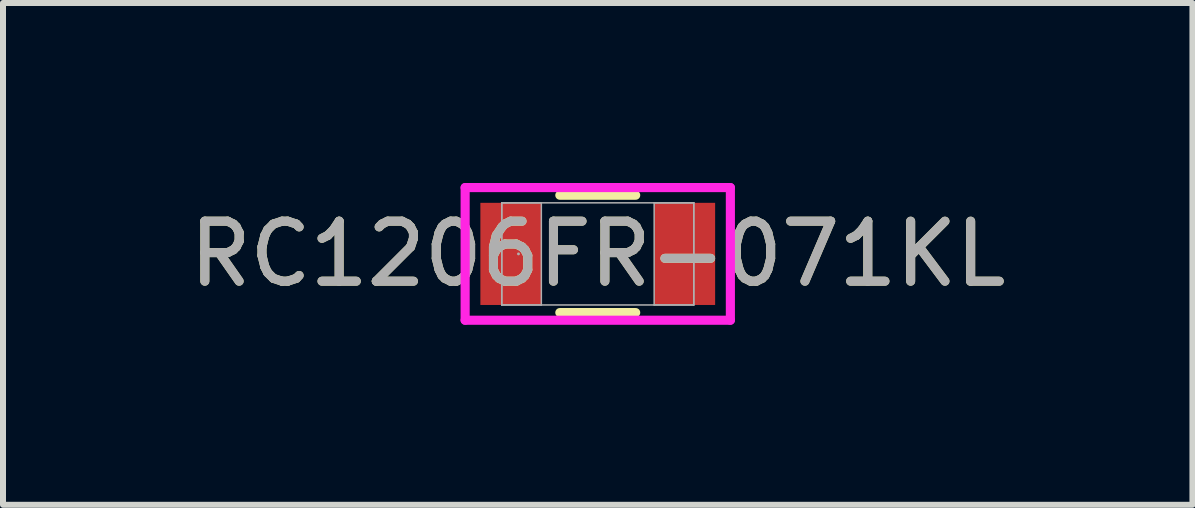
<source format=kicad_pcb>
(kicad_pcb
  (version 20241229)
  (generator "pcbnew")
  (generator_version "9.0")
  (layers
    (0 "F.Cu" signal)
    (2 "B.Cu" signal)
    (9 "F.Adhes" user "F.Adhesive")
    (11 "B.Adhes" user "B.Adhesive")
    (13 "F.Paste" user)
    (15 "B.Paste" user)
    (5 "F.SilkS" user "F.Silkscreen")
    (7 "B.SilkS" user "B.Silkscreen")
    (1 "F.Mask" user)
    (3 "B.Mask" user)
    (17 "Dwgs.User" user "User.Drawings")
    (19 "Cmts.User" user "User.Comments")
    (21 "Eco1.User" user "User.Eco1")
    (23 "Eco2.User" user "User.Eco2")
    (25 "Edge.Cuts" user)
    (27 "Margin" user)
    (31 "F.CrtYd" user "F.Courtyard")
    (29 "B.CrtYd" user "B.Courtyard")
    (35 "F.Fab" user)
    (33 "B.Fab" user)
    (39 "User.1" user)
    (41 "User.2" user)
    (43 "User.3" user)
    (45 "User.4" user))
  (footprint "RC1206FR-071KL"
    (layer "F.Cu")
    (at 6.911 1.181)
    (property "Reference" "RC1206FR-071KL" (at 0 0 0) (unlocked yes) (layer "F.SilkS") (effects (font (size 1 1) (thickness 0.15))))
    (attr smd)
    (fp_line (start -0.632 0.978) (end 0.632 0.978) (stroke (width 0.152) (type solid)) (layer "F.SilkS"))
    (fp_line (start 0.632 -0.978) (end -0.632 -0.978) (stroke (width 0.152) (type solid)) (layer "F.SilkS"))
    (fp_line (start -2.21 -1.105) (end 2.21 -1.105) (stroke (width 0.152) (type solid)) (layer "F.CrtYd"))
    (fp_line (start -2.21 1.105) (end -2.21 -1.105) (stroke (width 0.152) (type solid)) (layer "F.CrtYd"))
    (fp_line (start 2.21 -1.105) (end 2.21 1.105) (stroke (width 0.152) (type solid)) (layer "F.CrtYd"))
    (fp_line (start 2.21 1.105) (end -2.21 1.105) (stroke (width 0.152) (type solid)) (layer "F.CrtYd"))
    (fp_line (start -1.6 -0.851) (end -1.6 0.851) (stroke (width 0.025) (type solid)) (layer "F.Fab"))
    (fp_line (start -1.6 -0.851) (end -1.6 0.851) (stroke (width 0.025) (type solid)) (layer "F.Fab"))
    (fp_line (start -1.6 0.851) (end -0.94 0.851) (stroke (width 0.025) (type solid)) (layer "F.Fab"))
    (fp_line (start -1.6 0.851) (end 1.6 0.851) (stroke (width 0.025) (type solid)) (layer "F.Fab"))
    (fp_line (start -0.94 -0.851) (end -1.6 -0.851) (stroke (width 0.025) (type solid)) (layer "F.Fab"))
    (fp_line (start -0.94 0.851) (end -0.94 -0.851) (stroke (width 0.025) (type solid)) (layer "F.Fab"))
    (fp_line (start 0.94 -0.851) (end 0.94 0.851) (stroke (width 0.025) (type solid)) (layer "F.Fab"))
    (fp_line (start 0.94 0.851) (end 1.6 0.851) (stroke (width 0.025) (type solid)) (layer "F.Fab"))
    (fp_line (start 1.6 -0.851) (end -1.6 -0.851) (stroke (width 0.025) (type solid)) (layer "F.Fab"))
    (fp_line (start 1.6 -0.851) (end 0.94 -0.851) (stroke (width 0.025) (type solid)) (layer "F.Fab"))
    (fp_line (start 1.6 0.851) (end 1.6 -0.851) (stroke (width 0.025) (type solid)) (layer "F.Fab"))
    (fp_line (start 1.6 0.851) (end 1.6 -0.851) (stroke (width 0.025) (type solid)) (layer "F.Fab"))
    (fp_circle (center -1.321 0) (end -1.321 0) (stroke (width 0.025) (type solid)) (fill no) (layer "F.Fab"))
    (fp_text user "${REFERENCE}" (at 0 0 0) (unlocked yes) (layer "F.Fab") (effects (font (size 1 1) (thickness 0.15))))
    (pad "1" smd rect (at -1.448 0) (size 1.016 1.702) (layers "F.Cu" "F.Mask" "F.Paste"))
    (pad "2" smd rect (at 1.448 0) (size 1.016 1.702) (layers "F.Cu" "F.Mask" "F.Paste"))
    (zone (net_name "") (layer "F.Cu") (hatch full 0.508) (connect_pads) (min_thickness 0.254) (filled_areas_thickness no) (keepout (tracks not_allowed) (vias not_allowed) (pads allowed) (copperpour not_allowed) (footprints allowed)) (placement (enabled no)) (fill) (polygon (pts (xy 6.022 0.381) (xy 7.8 0.381) (xy 7.8 1.981) (xy 6.022 1.981)))))
  (gr_rect
    (start -3 -3)
    (end 16.821 5.362)
    (stroke (width 0.1) (type default))
    (fill no)
    (layer "Edge.Cuts")))
</source>
